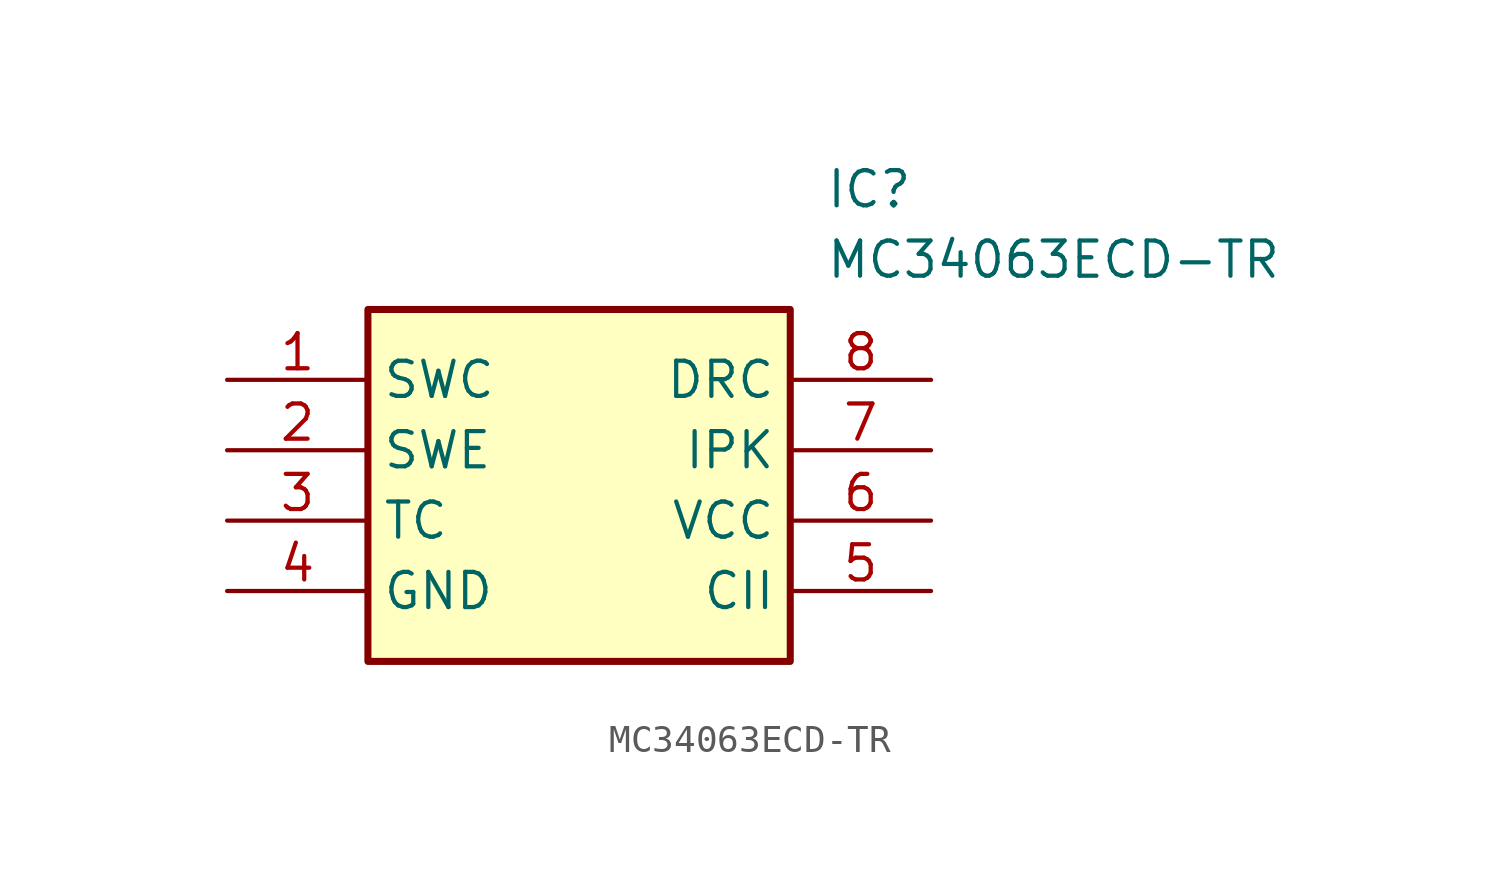
<source format=kicad_sym>
(kicad_symbol_lib
  (version 20211014)
  (generator SamacSys_ECAD_Model)
  (symbol "MC34063ECD-TR"
    (property "Reference" "IC"
      (at 21.59 7.62 0)
      (effects (font (size 1.27 1.27)) (justify left top)))
    (property "Value" "MC34063ECD-TR"
      (at 21.59 5.08 0)
      (effects (font (size 1.27 1.27)) (justify left top)))
    (rectangle
      (start 5.08 2.54)
      (end 20.32 -10.16)
      (stroke (width 0.254) (type default))
      (fill (type background)))
    (pin passive line
      (at 0 0 0)
      (length 5.08)
      (name "SWC" (effects (font (size 1.27 1.27))))
      (number "1" (effects (font (size 1.27 1.27)))))
    (pin passive line
      (at 0 -2.54 0)
      (length 5.08)
      (name "SWE" (effects (font (size 1.27 1.27))))
      (number "2" (effects (font (size 1.27 1.27)))))
    (pin passive line
      (at 0 -5.08 0)
      (length 5.08)
      (name "TC" (effects (font (size 1.27 1.27))))
      (number "3" (effects (font (size 1.27 1.27)))))
    (pin passive line
      (at 0 -7.62 0)
      (length 5.08)
      (name "GND" (effects (font (size 1.27 1.27))))
      (number "4" (effects (font (size 1.27 1.27)))))
    (pin passive line
      (at 25.4 0 180)
      (length 5.08)
      (name "DRC" (effects (font (size 1.27 1.27))))
      (number "8" (effects (font (size 1.27 1.27)))))
    (pin passive line
      (at 25.4 -2.54 180)
      (length 5.08)
      (name "IPK" (effects (font (size 1.27 1.27))))
      (number "7" (effects (font (size 1.27 1.27)))))
    (pin passive line
      (at 25.4 -5.08 180)
      (length 5.08)
      (name "VCC" (effects (font (size 1.27 1.27))))
      (number "6" (effects (font (size 1.27 1.27)))))
    (pin passive line
      (at 25.4 -7.62 180)
      (length 5.08)
      (name "CII" (effects (font (size 1.27 1.27))))
      (number "5" (effects (font (size 1.27 1.27)))))))
</source>
